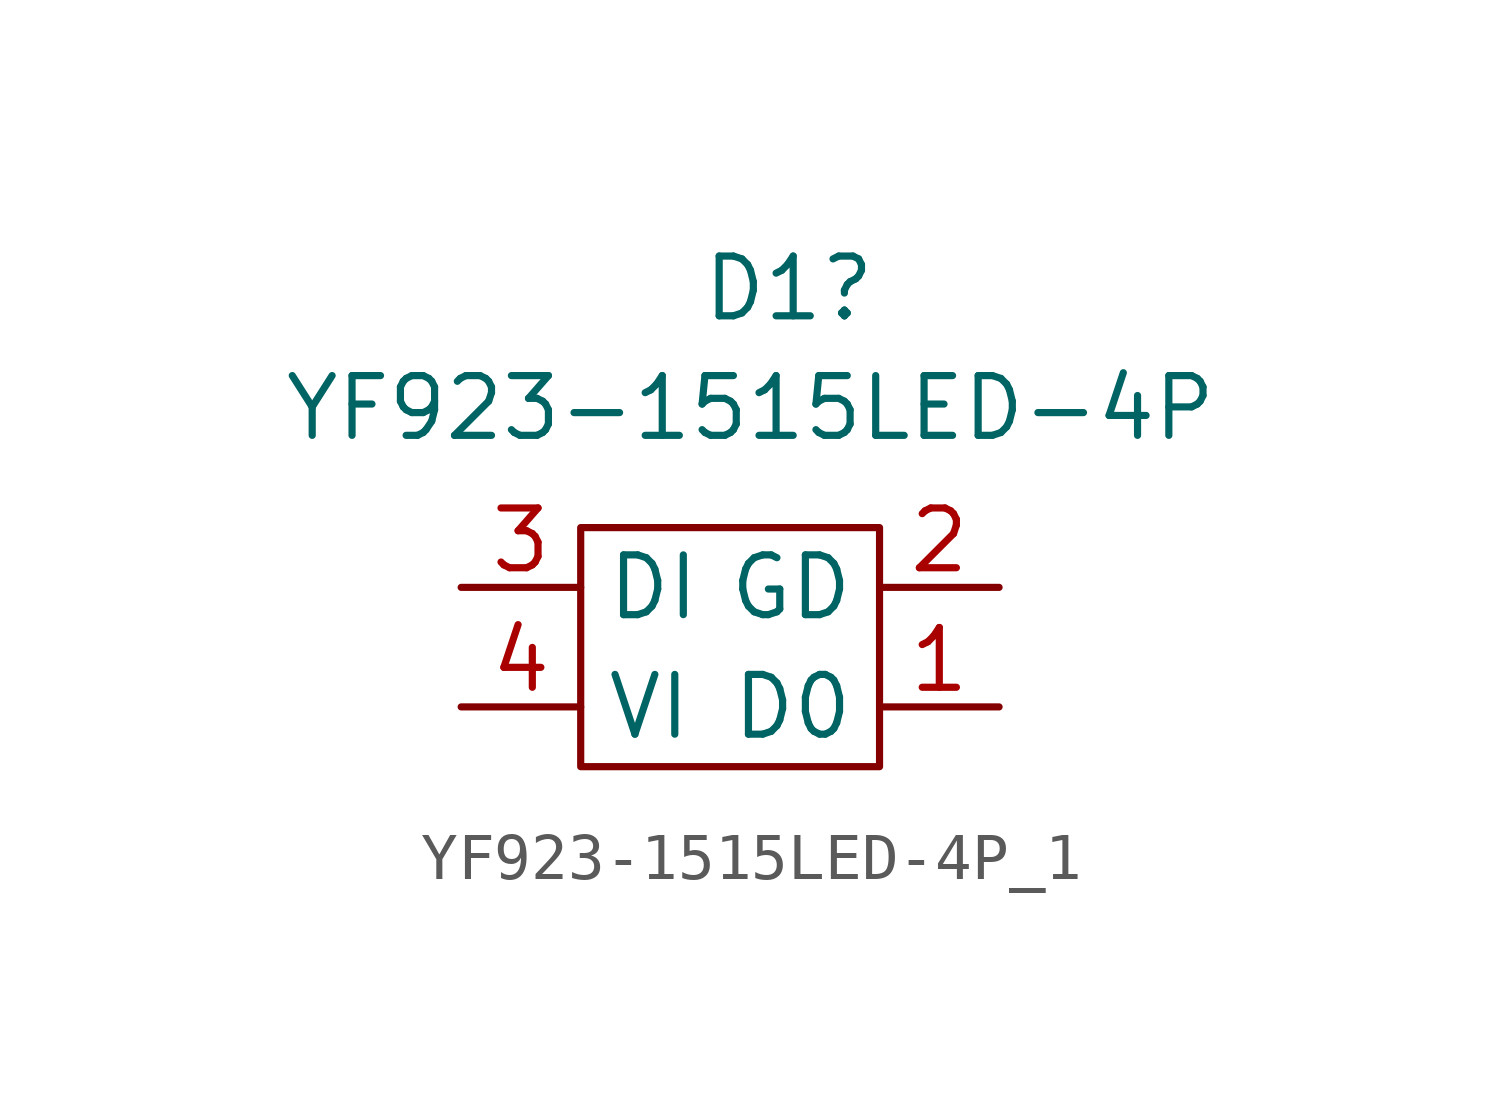
<source format=kicad_sym>
(kicad_symbol_lib
  (version 20220914)
  (generator kicad_symbol_editor)
  (symbol "YF923-1515LED-4P_1"
    (property "Reference" "D1"
      (at -1.27 13.97 0)
      (effects (font (size 1.27 1.27)) (justify left)))
    (property "Value" "YF923-1515LED-4P"
      (at -10.16 11.43 0)
      (effects (font (size 1.27 1.27)) (justify left)))
    (symbol "YF923-1515LED-4P_1_0_1"
      (rectangle (start -3.81 8.89) (end 2.54 3.81) (stroke (width 0) (type default)) (fill (type none))))
    (symbol "YF923-1515LED-4P_1_1_1"
      (pin output line (at 5.08 5.08 180) (length 2.54) (name "D0" (effects (font (size 1.27 1.27)))) (number "1" (effects (font (size 1.27 1.27)))))
      (pin power_in line (at 5.08 7.62 180) (length 2.54) (name "GD" (effects (font (size 1.27 1.27)))) (number "2" (effects (font (size 1.27 1.27)))))
      (pin input line (at -6.35 7.62 0) (length 2.54) (name "DI" (effects (font (size 1.27 1.27)))) (number "3" (effects (font (size 1.27 1.27)))))
      (pin power_in line (at -6.35 5.08 0) (length 2.54) (name "VI" (effects (font (size 1.27 1.27)))) (number "4" (effects (font (size 1.27 1.27))))))))
</source>
